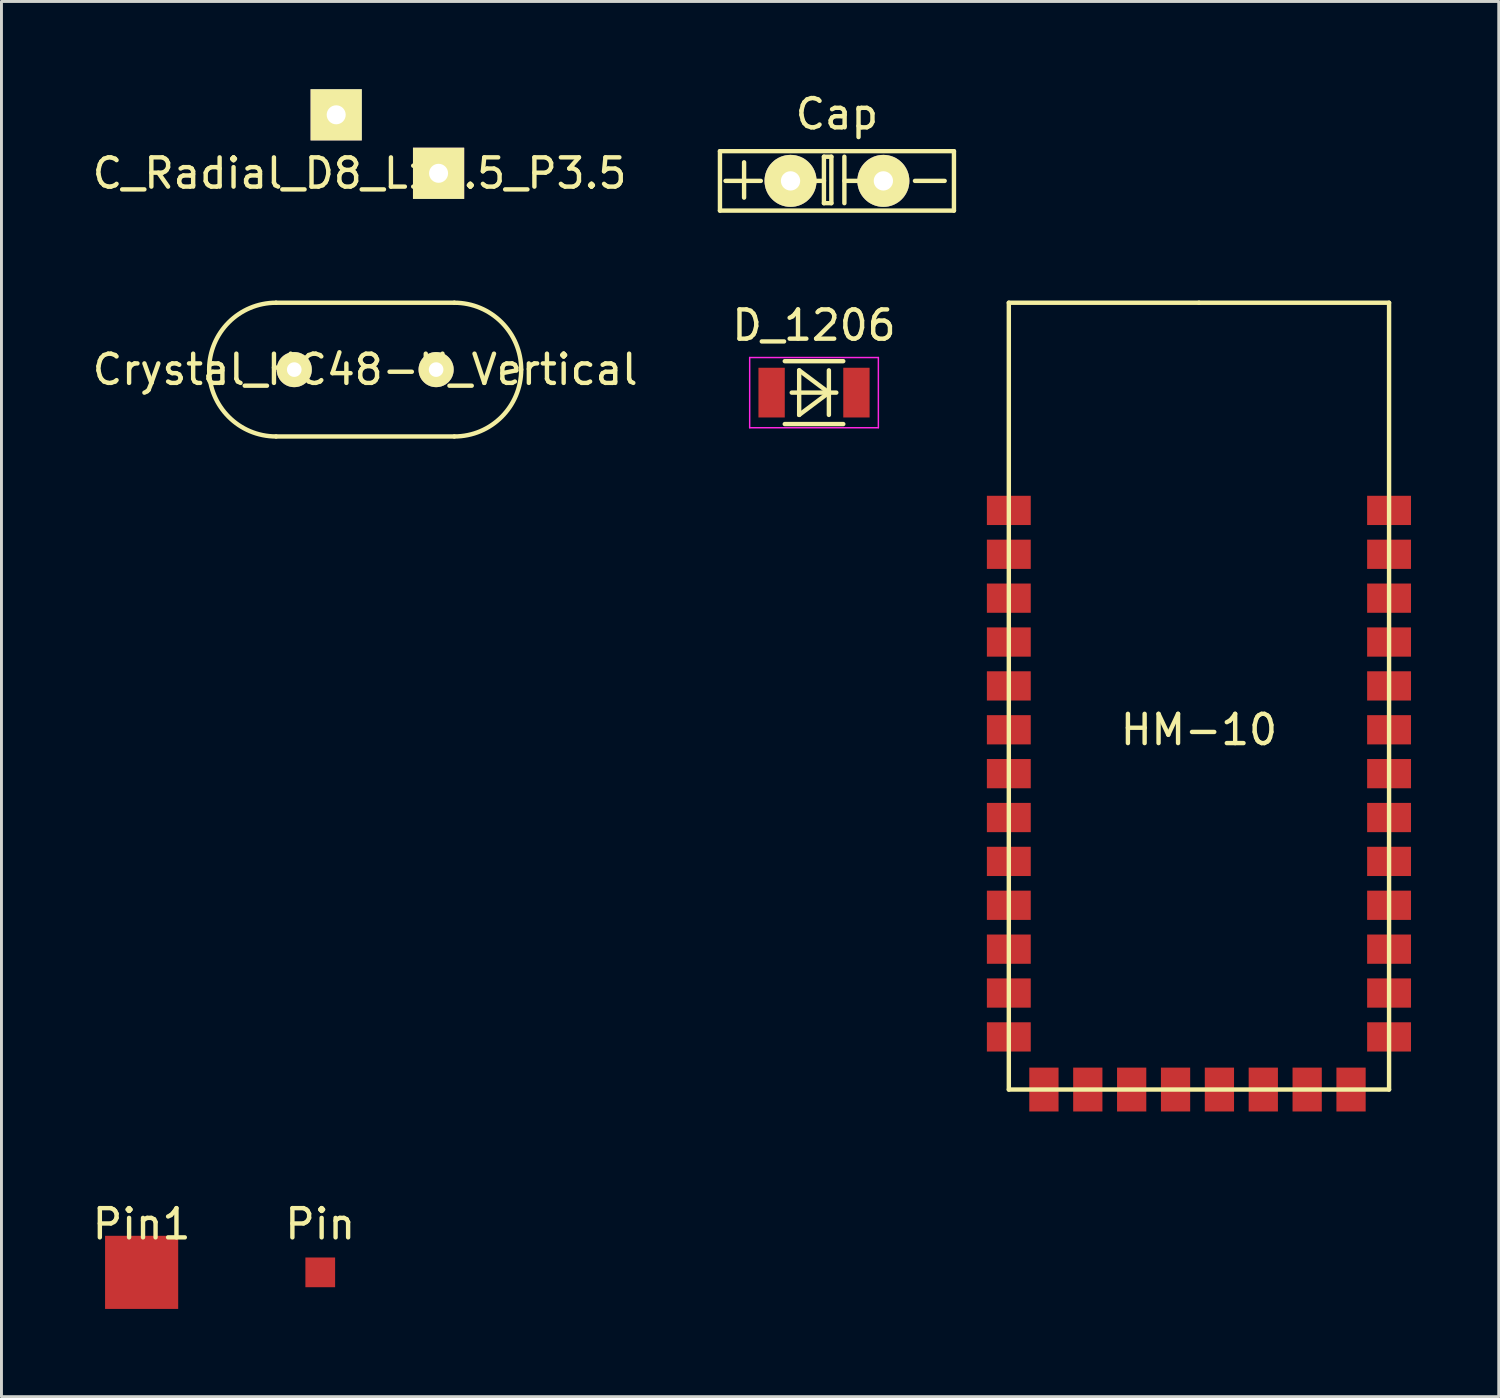
<source format=kicad_pcb>
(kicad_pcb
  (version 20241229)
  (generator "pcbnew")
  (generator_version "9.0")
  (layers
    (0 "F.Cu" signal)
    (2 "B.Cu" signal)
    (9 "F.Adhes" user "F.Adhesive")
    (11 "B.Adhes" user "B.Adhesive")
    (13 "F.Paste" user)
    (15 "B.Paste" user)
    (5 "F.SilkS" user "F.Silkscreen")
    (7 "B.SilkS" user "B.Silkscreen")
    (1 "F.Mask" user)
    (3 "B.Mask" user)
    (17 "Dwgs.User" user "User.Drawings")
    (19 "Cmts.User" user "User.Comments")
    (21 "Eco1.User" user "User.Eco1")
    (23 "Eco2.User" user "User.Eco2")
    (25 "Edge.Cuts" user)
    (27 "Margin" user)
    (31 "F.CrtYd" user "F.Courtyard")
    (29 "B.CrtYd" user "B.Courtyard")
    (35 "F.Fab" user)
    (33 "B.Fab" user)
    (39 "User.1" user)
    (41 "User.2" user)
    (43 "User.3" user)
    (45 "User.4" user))
  (footprint "Pin"
    (layer "F.Cu")
    (at 7.899 40.45)
    (property "Reference" "Pin" (at 0 -1.651 0) (layer "F.SilkS") (effects (font (size 1 1) (thickness 0.15))))
    (attr through_hole)
    (pad "1" smd rect (at 0 0) (size 1.016 1.016) (layers "F.Cu" "F.Mask" "F.Paste")))
  (footprint "Pin1"
    (layer "F.Cu")
    (at 1.792 40.45)
    (property "Reference" "Pin1" (at 0 -1.651 0) (layer "F.SilkS") (effects (font (size 1 1) (thickness 0.15))))
    (attr through_hole)
    (pad "1" smd rect (at 0 0) (size 2.5 2.5) (layers "F.Cu" "F.Mask" "F.Paste")))
  (footprint "C_Radial_D8_L11.5_P3.5"
    (layer "F.Cu")
    (at 8.444 1.875)
    (property "Reference" "C_Radial_D8_L11.5_P3.5" (at 0.8 1 0) (layer "F.SilkS") (effects (font (size 1 1) (thickness 0.15))))
    (attr through_hole)
    (pad "1" thru_hole rect (at 0 -1) (size 1.75 1.75) (drill 0.65) (layers "*.Cu" "*.Mask" "F.SilkS"))
    (pad "2" thru_hole rect (at 3.5 1) (size 1.75 1.75) (drill 0.65) (layers "*.Cu" "*.Mask" "F.SilkS")))
  (footprint "Cap"
    (layer "F.Cu")
    (at 25.564 3.134)
    (property "Reference" "Cap" (at 0 -2.286 0) (layer "F.SilkS") (effects (font (size 1 1) (thickness 0.15))))
    (attr through_hole)
    (fp_line (start -4 -1.016) (end -4 1.016) (stroke (width 0.15) (type solid)) (layer "F.SilkS"))
    (fp_line (start -4 1.016) (end 4 1.016) (stroke (width 0.15) (type solid)) (layer "F.SilkS"))
    (fp_line (start -3.81 0) (end -2.603 0) (stroke (width 0.15) (type solid)) (layer "F.SilkS"))
    (fp_line (start -3.175 -0.635) (end -3.175 0.572) (stroke (width 0.15) (type solid)) (layer "F.SilkS"))
    (fp_line (start -0.762 0) (end -0.445 0) (stroke (width 0.15) (type solid)) (layer "F.SilkS"))
    (fp_line (start -0.445 -0.826) (end -0.191 -0.826) (stroke (width 0.15) (type solid)) (layer "F.SilkS"))
    (fp_line (start -0.445 0) (end -0.445 -0.826) (stroke (width 0.15) (type solid)) (layer "F.SilkS"))
    (fp_line (start -0.445 0.762) (end -0.445 0) (stroke (width 0.15) (type solid)) (layer "F.SilkS"))
    (fp_line (start -0.191 -0.826) (end -0.191 0.762) (stroke (width 0.15) (type solid)) (layer "F.SilkS"))
    (fp_line (start -0.191 0.762) (end -0.445 0.762) (stroke (width 0.15) (type solid)) (layer "F.SilkS"))
    (fp_line (start 0.254 0) (end 0.762 0) (stroke (width 0.15) (type solid)) (layer "F.SilkS"))
    (fp_line (start 0.254 0.762) (end 0.254 -0.826) (stroke (width 0.15) (type solid)) (layer "F.SilkS"))
    (fp_line (start 2.667 0) (end 3.683 0) (stroke (width 0.15) (type solid)) (layer "F.SilkS"))
    (fp_line (start 4 -1.016) (end -4 -1.016) (stroke (width 0.15) (type solid)) (layer "F.SilkS"))
    (fp_line (start 4 1.016) (end 4 -1.016) (stroke (width 0.15) (type solid)) (layer "F.SilkS"))
    (pad "m" thru_hole circle (at 1.587 0) (size 1.778 1.778) (drill 0.66) (layers "*.Cu" "*.Mask" "F.SilkS"))
    (pad "p" thru_hole circle (at -1.587 0) (size 1.778 1.778) (drill 0.66) (layers "*.Cu" "*.Mask" "F.SilkS")))
  (footprint "Crystal_HC48-U_Vertical"
    (layer "F.Cu")
    (at 9.435 9.586)
    (property "Reference" "Crystal_HC48-U_Vertical" (at 0 0 0) (layer "F.SilkS") (effects (font (size 1 1) (thickness 0.15))))
    (attr through_hole)
    (fp_line (start -3.048 -2.286) (end 3.048 -2.286) (stroke (width 0.15) (type solid)) (layer "F.SilkS"))
    (fp_line (start -3.048 2.286) (end 3.048 2.286) (stroke (width 0.15) (type solid)) (layer "F.SilkS"))
    (fp_arc (start -5.334 0) (mid -4.664446 -1.616446) (end -3.048 -2.286) (stroke (width 0.15) (type solid)) (layer "F.SilkS"))
    (fp_arc (start -3.048 2.286) (mid -4.664446 1.616446) (end -5.334 0) (stroke (width 0.15) (type solid)) (layer "F.SilkS"))
    (fp_arc (start 3.048 -2.286) (mid 4.664446 -1.616446) (end 5.334 0) (stroke (width 0.15) (type solid)) (layer "F.SilkS"))
    (fp_arc (start 5.334 0) (mid 4.664446 1.616446) (end 3.048 2.286) (stroke (width 0.15) (type solid)) (layer "F.SilkS"))
    (pad "1" thru_hole circle (at -2.425 0) (size 1.2 1.2) (drill 0.5) (layers "*.Cu" "*.Mask" "F.SilkS"))
    (pad "2" thru_hole circle (at 2.425 0) (size 1.2 1.2) (drill 0.5) (layers "*.Cu" "*.Mask" "F.SilkS")))
  (footprint "HM-10"
    (layer "F.Cu")
    (at 37.94 20.9)
    (property "Reference" "HM-10" (at 0 1 0) (layer "F.SilkS") (effects (font (size 1 1) (thickness 0.15))))
    (attr through_hole)
    (fp_line (start -6.5 -13.6) (end 0 -13.6) (stroke (width 0.15) (type solid)) (layer "F.SilkS"))
    (fp_line (start -6.5 13.3) (end -6.5 -13.6) (stroke (width 0.15) (type solid)) (layer "F.SilkS"))
    (fp_line (start 0 -13.6) (end 6.5 -13.6) (stroke (width 0.15) (type solid)) (layer "F.SilkS"))
    (fp_line (start 6.5 13.3) (end -6.5 13.3) (stroke (width 0.15) (type solid)) (layer "F.SilkS"))
    (fp_line (start 6.5 13.3) (end 6.5 -13.6) (stroke (width 0.15) (type solid)) (layer "F.SilkS"))
    (pad "1" smd rect (at 6.5 -6.5) (size 1.5 1) (layers "F.Cu" "F.Mask" "F.Paste"))
    (pad "2" smd rect (at 6.5 -5) (size 1.5 1) (layers "F.Cu" "F.Mask" "F.Paste"))
    (pad "3" smd rect (at 6.5 -3.5) (size 1.5 1) (layers "F.Cu" "F.Mask" "F.Paste"))
    (pad "4" smd rect (at 6.5 -2) (size 1.5 1) (layers "F.Cu" "F.Mask" "F.Paste"))
    (pad "5" smd rect (at 6.5 -0.5) (size 1.5 1) (layers "F.Cu" "F.Mask" "F.Paste"))
    (pad "6" smd rect (at 6.5 1) (size 1.5 1) (layers "F.Cu" "F.Mask" "F.Paste"))
    (pad "7" smd rect (at 6.5 2.5) (size 1.5 1) (layers "F.Cu" "F.Mask" "F.Paste"))
    (pad "8" smd rect (at 6.5 4) (size 1.5 1) (layers "F.Cu" "F.Mask" "F.Paste"))
    (pad "9" smd rect (at 6.5 5.5) (size 1.5 1) (layers "F.Cu" "F.Mask" "F.Paste"))
    (pad "10" smd rect (at 6.5 7) (size 1.5 1) (layers "F.Cu" "F.Mask" "F.Paste"))
    (pad "11" smd rect (at 6.5 8.5) (size 1.5 1) (layers "F.Cu" "F.Mask" "F.Paste"))
    (pad "12" smd rect (at 6.5 10) (size 1.5 1) (layers "F.Cu" "F.Mask" "F.Paste"))
    (pad "13" smd rect (at 6.5 11.5) (size 1.5 1) (layers "F.Cu" "F.Mask" "F.Paste"))
    (pad "14" smd rect (at 5.2 13.3) (size 1 1.5) (layers "F.Cu" "F.Mask" "F.Paste"))
    (pad "15" smd rect (at 3.7 13.3) (size 1 1.5) (layers "F.Cu" "F.Mask" "F.Paste"))
    (pad "16" smd rect (at 2.2 13.3) (size 1 1.5) (layers "F.Cu" "F.Mask" "F.Paste"))
    (pad "17" smd rect (at 0.7 13.3) (size 1 1.5) (layers "F.Cu" "F.Mask" "F.Paste"))
    (pad "18" smd rect (at -0.8 13.3) (size 1 1.5) (layers "F.Cu" "F.Mask" "F.Paste"))
    (pad "19" smd rect (at -2.3 13.3) (size 1 1.5) (layers "F.Cu" "F.Mask" "F.Paste"))
    (pad "20" smd rect (at -3.8 13.3) (size 1 1.5) (layers "F.Cu" "F.Mask" "F.Paste"))
    (pad "21" smd rect (at -5.3 13.3) (size 1 1.5) (layers "F.Cu" "F.Mask" "F.Paste"))
    (pad "22" smd rect (at -6.5 11.5) (size 1.5 1) (layers "F.Cu" "F.Mask" "F.Paste"))
    (pad "23" smd rect (at -6.5 10) (size 1.5 1) (layers "F.Cu" "F.Mask" "F.Paste"))
    (pad "24" smd rect (at -6.5 8.5) (size 1.5 1) (layers "F.Cu" "F.Mask" "F.Paste"))
    (pad "25" smd rect (at -6.5 7) (size 1.5 1) (layers "F.Cu" "F.Mask" "F.Paste"))
    (pad "26" smd rect (at -6.5 5.5) (size 1.5 1) (layers "F.Cu" "F.Mask" "F.Paste"))
    (pad "27" smd rect (at -6.5 4) (size 1.5 1) (layers "F.Cu" "F.Mask" "F.Paste"))
    (pad "28" smd rect (at -6.5 2.5) (size 1.5 1) (layers "F.Cu" "F.Mask" "F.Paste"))
    (pad "29" smd rect (at -6.5 1) (size 1.5 1) (layers "F.Cu" "F.Mask" "F.Paste"))
    (pad "30" smd rect (at -6.5 -0.5) (size 1.5 1) (layers "F.Cu" "F.Mask" "F.Paste"))
    (pad "31" smd rect (at -6.5 -2) (size 1.5 1) (layers "F.Cu" "F.Mask" "F.Paste"))
    (pad "32" smd rect (at -6.5 -3.5) (size 1.5 1) (layers "F.Cu" "F.Mask" "F.Paste"))
    (pad "33" smd rect (at -6.5 -5) (size 1.5 1) (layers "F.Cu" "F.Mask" "F.Paste"))
    (pad "34" smd rect (at -6.5 -6.5) (size 1.5 1) (layers "F.Cu" "F.Mask" "F.Paste")))
  (footprint "D_1206"
    (layer "F.Cu")
    (at 24.78 10.373)
    (property "Reference" "D_1206" (at 0 -2.3 0) (layer "F.SilkS") (effects (font (size 1 1) (thickness 0.15))))
    (attr smd)
    (fp_line (start -1 -1.075) (end 1 -1.075) (stroke (width 0.15) (type solid)) (layer "F.SilkS"))
    (fp_line (start -0.762 0) (end 0.762 0) (stroke (width 0.15) (type solid)) (layer "F.SilkS"))
    (fp_line (start -0.508 -0.762) (end -0.508 0.762) (stroke (width 0.15) (type solid)) (layer "F.SilkS"))
    (fp_line (start -0.508 0.762) (end 0.508 0) (stroke (width 0.15) (type solid)) (layer "F.SilkS"))
    (fp_line (start 0.508 -0.762) (end 0.508 0.762) (stroke (width 0.15) (type solid)) (layer "F.SilkS"))
    (fp_line (start 0.508 0) (end -0.508 -0.762) (stroke (width 0.15) (type solid)) (layer "F.SilkS"))
    (fp_line (start 1 1.075) (end -1 1.075) (stroke (width 0.15) (type solid)) (layer "F.SilkS"))
    (fp_line (start -2.2 -1.2) (end -2.2 1.2) (stroke (width 0.05) (type solid)) (layer "F.CrtYd"))
    (fp_line (start -2.2 -1.2) (end 2.2 -1.2) (stroke (width 0.05) (type solid)) (layer "F.CrtYd"))
    (fp_line (start -2.2 1.2) (end 2.2 1.2) (stroke (width 0.05) (type solid)) (layer "F.CrtYd"))
    (fp_line (start 2.2 -1.2) (end 2.2 1.2) (stroke (width 0.05) (type solid)) (layer "F.CrtYd"))
    (pad "A" smd rect (at -1.45 0) (size 0.9 1.7) (layers "F.Cu" "F.Mask" "F.Paste"))
    (pad "K" smd rect (at 1.45 0) (size 0.9 1.7) (layers "F.Cu" "F.Mask" "F.Paste")))
  (gr_rect
    (start -3 -3)
    (end 48.19 44.7)
    (stroke (width 0.1) (type default))
    (fill no)
    (layer "Edge.Cuts")))
</source>
